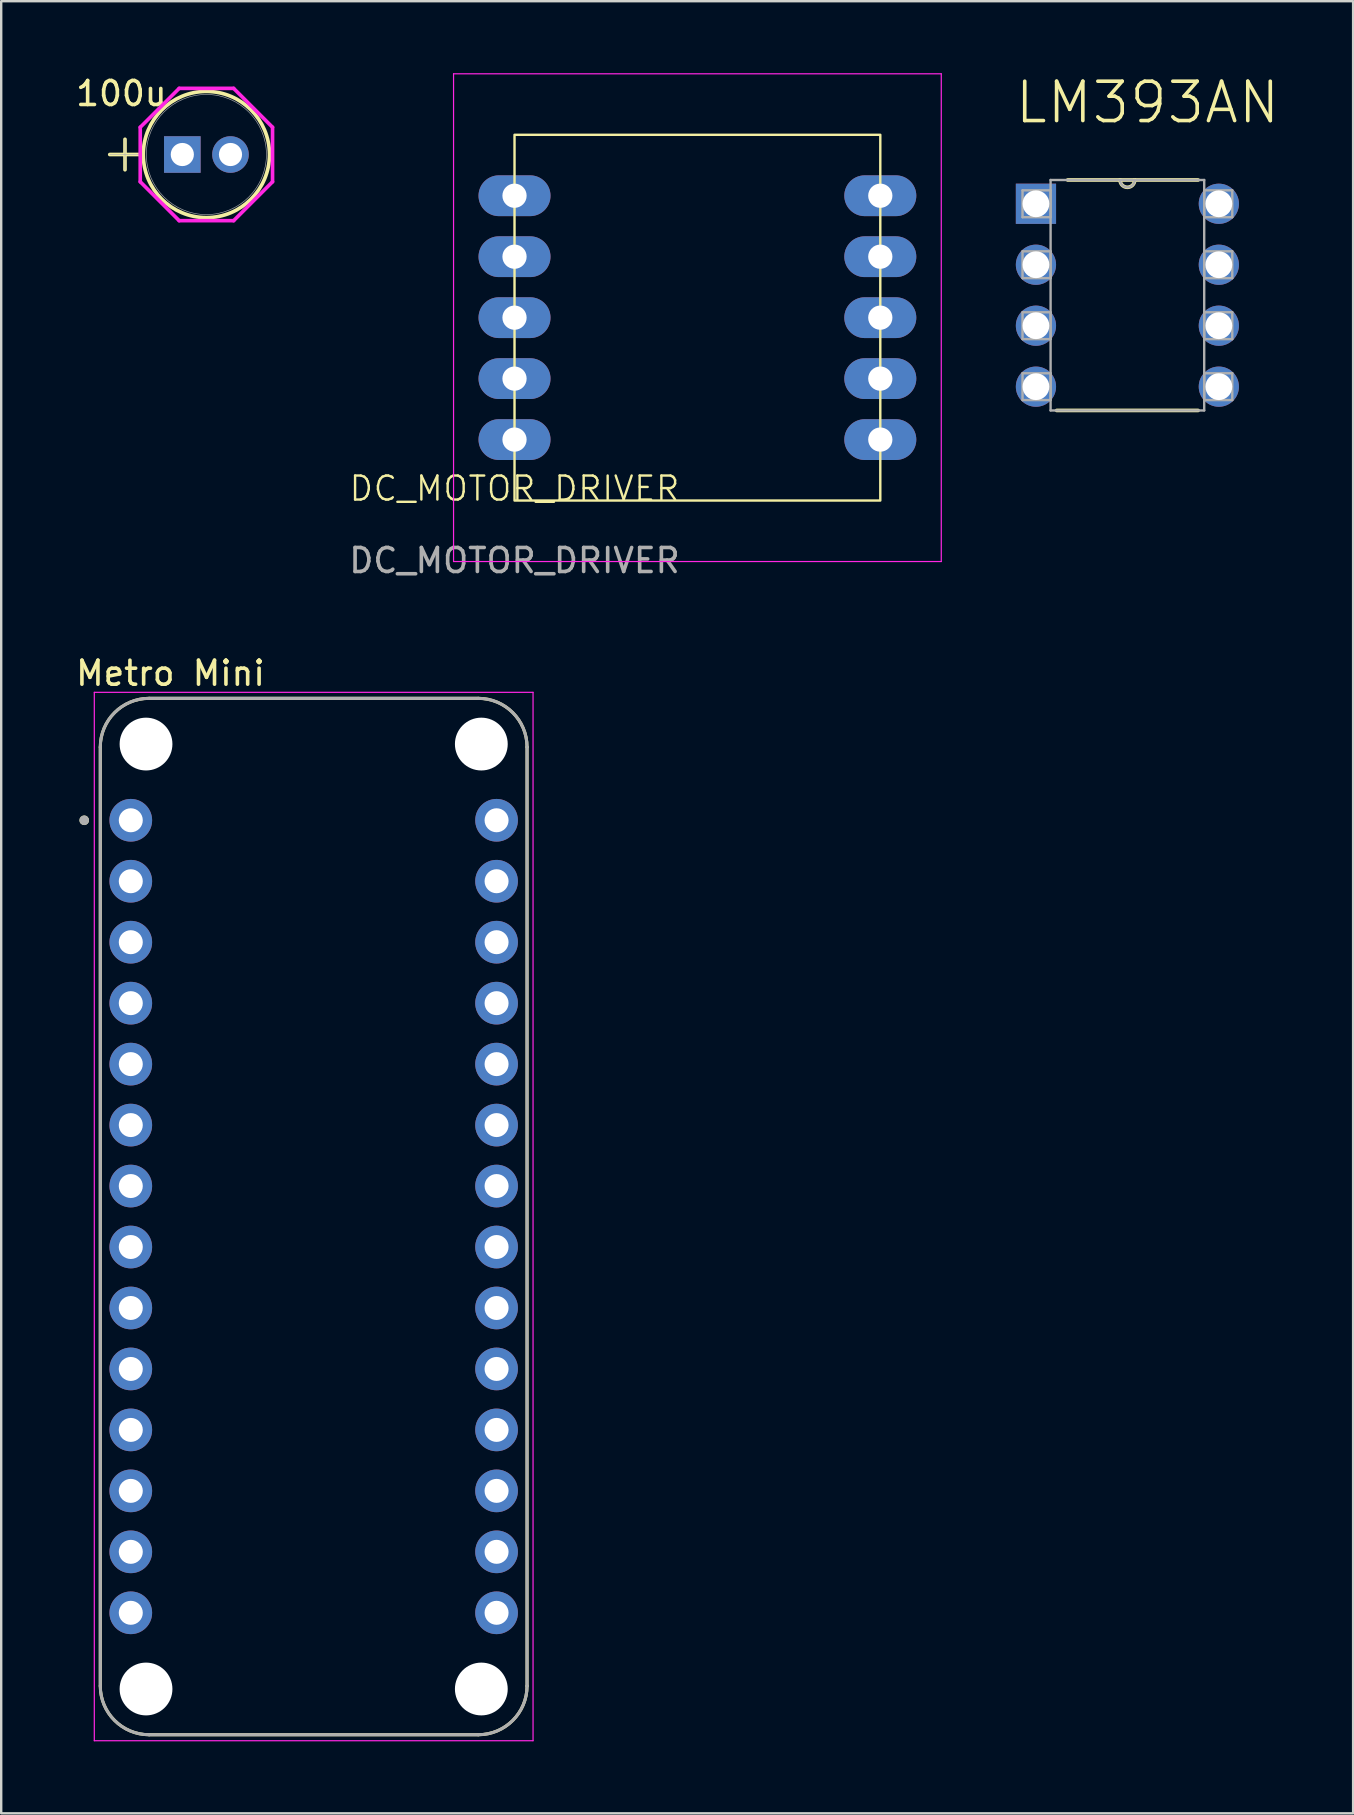
<source format=kicad_pcb>
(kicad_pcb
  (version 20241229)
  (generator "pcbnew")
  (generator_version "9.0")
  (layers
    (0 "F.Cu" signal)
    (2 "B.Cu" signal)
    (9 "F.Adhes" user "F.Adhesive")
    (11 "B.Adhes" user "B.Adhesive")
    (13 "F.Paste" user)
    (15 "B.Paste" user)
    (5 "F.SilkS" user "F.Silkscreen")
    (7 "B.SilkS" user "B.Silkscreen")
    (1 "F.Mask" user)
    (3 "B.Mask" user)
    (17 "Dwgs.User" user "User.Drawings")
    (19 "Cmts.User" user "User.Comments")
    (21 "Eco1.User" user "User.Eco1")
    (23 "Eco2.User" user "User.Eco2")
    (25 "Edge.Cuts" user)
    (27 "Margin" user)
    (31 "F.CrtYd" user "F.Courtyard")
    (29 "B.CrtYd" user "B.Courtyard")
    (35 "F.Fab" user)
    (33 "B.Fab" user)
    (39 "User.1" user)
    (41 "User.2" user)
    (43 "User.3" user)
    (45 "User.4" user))
  (footprint "LM393AN"
    (layer "F.Cu")
    (at 47.732 13.06)
    (property "Reference" "LM393AN" (at -2.972 -11.838 0) (layer "F.SilkS") (effects (font (size 1.64 1.64) (thickness 0.15))))
    (attr through_hole)
    (fp_line (start -6.756 0.991) (end -0.864 0.991) (stroke (width 0.152) (type solid)) (layer "F.SilkS"))
    (fp_line (start -4.115 -8.611) (end -6.299 -8.611) (stroke (width 0.152) (type solid)) (layer "F.SilkS"))
    (fp_line (start -3.505 -8.611) (end -4.115 -8.611) (stroke (width 0.152) (type solid)) (layer "F.SilkS"))
    (fp_line (start -0.864 -8.611) (end -3.505 -8.611) (stroke (width 0.152) (type solid)) (layer "F.SilkS"))
    (fp_arc (start -3.5052 -8.6106) (mid -3.81 -8.3058) (end -4.1148 -8.6106) (stroke (width 0.1524) (type solid)) (layer "F.SilkS"))
    (fp_line (start -8.179 -8.179) (end -8.179 -7.061) (stroke (width 0.1) (type solid)) (layer "F.Fab"))
    (fp_line (start -8.179 -7.061) (end -7.01 -7.061) (stroke (width 0.1) (type solid)) (layer "F.Fab"))
    (fp_line (start -8.179 -5.639) (end -8.179 -4.521) (stroke (width 0.1) (type solid)) (layer "F.Fab"))
    (fp_line (start -8.179 -4.521) (end -7.01 -4.521) (stroke (width 0.1) (type solid)) (layer "F.Fab"))
    (fp_line (start -8.179 -3.099) (end -8.179 -1.981) (stroke (width 0.1) (type solid)) (layer "F.Fab"))
    (fp_line (start -8.179 -1.981) (end -7.01 -1.981) (stroke (width 0.1) (type solid)) (layer "F.Fab"))
    (fp_line (start -8.179 -0.559) (end -8.179 0.559) (stroke (width 0.1) (type solid)) (layer "F.Fab"))
    (fp_line (start -8.179 0.559) (end -7.01 0.559) (stroke (width 0.1) (type solid)) (layer "F.Fab"))
    (fp_line (start -7.01 -8.611) (end -7.01 0.991) (stroke (width 0.1) (type solid)) (layer "F.Fab"))
    (fp_line (start -7.01 -8.179) (end -8.179 -8.179) (stroke (width 0.1) (type solid)) (layer "F.Fab"))
    (fp_line (start -7.01 -7.061) (end -7.01 -8.179) (stroke (width 0.1) (type solid)) (layer "F.Fab"))
    (fp_line (start -7.01 -5.639) (end -8.179 -5.639) (stroke (width 0.1) (type solid)) (layer "F.Fab"))
    (fp_line (start -7.01 -4.521) (end -7.01 -5.639) (stroke (width 0.1) (type solid)) (layer "F.Fab"))
    (fp_line (start -7.01 -3.099) (end -8.179 -3.099) (stroke (width 0.1) (type solid)) (layer "F.Fab"))
    (fp_line (start -7.01 -1.981) (end -7.01 -3.099) (stroke (width 0.1) (type solid)) (layer "F.Fab"))
    (fp_line (start -7.01 -0.559) (end -8.179 -0.559) (stroke (width 0.1) (type solid)) (layer "F.Fab"))
    (fp_line (start -7.01 0.559) (end -7.01 -0.559) (stroke (width 0.1) (type solid)) (layer "F.Fab"))
    (fp_line (start -7.01 0.991) (end -0.61 0.991) (stroke (width 0.1) (type solid)) (layer "F.Fab"))
    (fp_line (start -4.115 -8.611) (end -7.01 -8.611) (stroke (width 0.1) (type solid)) (layer "F.Fab"))
    (fp_line (start -3.505 -8.611) (end -4.115 -8.611) (stroke (width 0.1) (type solid)) (layer "F.Fab"))
    (fp_line (start -0.61 -8.611) (end -3.505 -8.611) (stroke (width 0.1) (type solid)) (layer "F.Fab"))
    (fp_line (start -0.61 -8.179) (end -0.61 -7.061) (stroke (width 0.1) (type solid)) (layer "F.Fab"))
    (fp_line (start -0.61 -7.061) (end 0.559 -7.061) (stroke (width 0.1) (type solid)) (layer "F.Fab"))
    (fp_line (start -0.61 -5.639) (end -0.61 -4.521) (stroke (width 0.1) (type solid)) (layer "F.Fab"))
    (fp_line (start -0.61 -4.521) (end 0.559 -4.521) (stroke (width 0.1) (type solid)) (layer "F.Fab"))
    (fp_line (start -0.61 -3.099) (end -0.61 -1.981) (stroke (width 0.1) (type solid)) (layer "F.Fab"))
    (fp_line (start -0.61 -1.981) (end 0.559 -1.981) (stroke (width 0.1) (type solid)) (layer "F.Fab"))
    (fp_line (start -0.61 -0.559) (end -0.61 0.559) (stroke (width 0.1) (type solid)) (layer "F.Fab"))
    (fp_line (start -0.61 0.559) (end 0.559 0.559) (stroke (width 0.1) (type solid)) (layer "F.Fab"))
    (fp_line (start -0.61 0.991) (end -0.61 -8.611) (stroke (width 0.1) (type solid)) (layer "F.Fab"))
    (fp_line (start 0.559 -8.179) (end -0.61 -8.179) (stroke (width 0.1) (type solid)) (layer "F.Fab"))
    (fp_line (start 0.559 -7.061) (end 0.559 -8.179) (stroke (width 0.1) (type solid)) (layer "F.Fab"))
    (fp_line (start 0.559 -5.639) (end -0.61 -5.639) (stroke (width 0.1) (type solid)) (layer "F.Fab"))
    (fp_line (start 0.559 -4.521) (end 0.559 -5.639) (stroke (width 0.1) (type solid)) (layer "F.Fab"))
    (fp_line (start 0.559 -3.099) (end -0.61 -3.099) (stroke (width 0.1) (type solid)) (layer "F.Fab"))
    (fp_line (start 0.559 -1.981) (end 0.559 -3.099) (stroke (width 0.1) (type solid)) (layer "F.Fab"))
    (fp_line (start 0.559 -0.559) (end -0.61 -0.559) (stroke (width 0.1) (type solid)) (layer "F.Fab"))
    (fp_line (start 0.559 0.559) (end 0.559 -0.559) (stroke (width 0.1) (type solid)) (layer "F.Fab"))
    (fp_arc (start -3.5052 -8.6106) (mid -3.81 -8.3058) (end -4.1148 -8.6106) (stroke (width 0.1) (type solid)) (layer "F.Fab"))
    (pad "1" thru_hole rect (at -7.62 -7.62) (size 1.676 1.676) (drill 1.118) (layers "*.Cu" "*.Mask"))
    (pad "2" thru_hole circle (at -7.62 -5.08) (size 1.676 1.676) (drill 1.118) (layers "*.Cu" "*.Mask"))
    (pad "3" thru_hole circle (at -7.62 -2.54) (size 1.676 1.676) (drill 1.118) (layers "*.Cu" "*.Mask"))
    (pad "4" thru_hole circle (at -7.62 0) (size 1.676 1.676) (drill 1.118) (layers "*.Cu" "*.Mask"))
    (pad "5" thru_hole circle (at 0 0) (size 1.676 1.676) (drill 1.118) (layers "*.Cu" "*.Mask"))
    (pad "6" thru_hole circle (at 0 -2.54) (size 1.676 1.676) (drill 1.118) (layers "*.Cu" "*.Mask"))
    (pad "7" thru_hole circle (at 0 -5.08) (size 1.676 1.676) (drill 1.118) (layers "*.Cu" "*.Mask"))
    (pad "8" thru_hole circle (at 0 -7.62) (size 1.676 1.676) (drill 1.118) (layers "*.Cu" "*.Mask")))
  (footprint "Metro Mini"
    (layer "F.Cu")
    (at 10.019 47.636)
    (property "Reference" "Metro Mini" (at -5.965 -22.635 0) (layer "F.SilkS") (effects (font (size 1 1) (thickness 0.15))))
    (attr through_hole)
    (fp_line (start -8.89 19.558) (end -8.89 -19.558) (stroke (width 0.127) (type solid)) (layer "F.SilkS"))
    (fp_line (start -6.858 -21.59) (end 6.858 -21.59) (stroke (width 0.127) (type solid)) (layer "F.SilkS"))
    (fp_line (start 6.858 21.59) (end -6.858 21.59) (stroke (width 0.127) (type solid)) (layer "F.SilkS"))
    (fp_line (start 8.89 -19.558) (end 8.89 19.558) (stroke (width 0.127) (type solid)) (layer "F.SilkS"))
    (fp_arc (start -8.89 -19.558) (mid -8.294841 -20.994841) (end -6.858 -21.59) (stroke (width 0.127) (type solid)) (layer "F.SilkS"))
    (fp_arc (start -6.858 21.59) (mid -8.294841 20.994841) (end -8.89 19.558) (stroke (width 0.127) (type solid)) (layer "F.SilkS"))
    (fp_arc (start 6.858 -21.59) (mid 8.294841 -20.994841) (end 8.89 -19.558) (stroke (width 0.127) (type solid)) (layer "F.SilkS"))
    (fp_arc (start 8.89 19.558) (mid 8.294841 20.994841) (end 6.858 21.59) (stroke (width 0.127) (type solid)) (layer "F.SilkS"))
    (fp_circle (center -9.56 -16.51) (end -9.46 -16.51) (stroke (width 0.2) (type solid)) (fill no) (layer "F.SilkS"))
    (fp_line (start -9.14 -21.84) (end -9.14 21.84) (stroke (width 0.05) (type solid)) (layer "F.CrtYd"))
    (fp_line (start -9.14 21.84) (end 9.14 21.84) (stroke (width 0.05) (type solid)) (layer "F.CrtYd"))
    (fp_line (start 9.14 -21.84) (end -9.14 -21.84) (stroke (width 0.05) (type solid)) (layer "F.CrtYd"))
    (fp_line (start 9.14 21.84) (end 9.14 -21.84) (stroke (width 0.05) (type solid)) (layer "F.CrtYd"))
    (fp_line (start -8.89 19.558) (end -8.89 -19.558) (stroke (width 0.127) (type solid)) (layer "F.Fab"))
    (fp_line (start -6.858 -21.59) (end 6.858 -21.59) (stroke (width 0.127) (type solid)) (layer "F.Fab"))
    (fp_line (start 6.858 21.59) (end -6.858 21.59) (stroke (width 0.127) (type solid)) (layer "F.Fab"))
    (fp_line (start 8.89 -19.558) (end 8.89 19.558) (stroke (width 0.127) (type solid)) (layer "F.Fab"))
    (fp_arc (start -8.89 -19.558) (mid -8.294841 -20.994841) (end -6.858 -21.59) (stroke (width 0.127) (type solid)) (layer "F.Fab"))
    (fp_arc (start -6.858 21.59) (mid -8.294841 20.994841) (end -8.89 19.558) (stroke (width 0.127) (type solid)) (layer "F.Fab"))
    (fp_arc (start 6.858 -21.59) (mid 8.294841 -20.994841) (end 8.89 -19.558) (stroke (width 0.127) (type solid)) (layer "F.Fab"))
    (fp_arc (start 8.89 19.558) (mid 8.294841 20.994841) (end 6.858 21.59) (stroke (width 0.127) (type solid)) (layer "F.Fab"))
    (fp_circle (center -9.56 -16.51) (end -9.46 -16.51) (stroke (width 0.2) (type solid)) (fill no) (layer "F.Fab"))
    (pad "" np_thru_hole circle (at -6.985 -19.685) (size 2.2 2.2) (drill 2.2) (layers "*.Cu" "*.Mask"))
    (pad "" np_thru_hole circle (at -6.985 19.685) (size 2.2 2.2) (drill 2.2) (layers "*.Cu" "*.Mask"))
    (pad "" np_thru_hole circle (at 6.985 -19.685) (size 2.2 2.2) (drill 2.2) (layers "*.Cu" "*.Mask"))
    (pad "" np_thru_hole circle (at 6.985 19.685) (size 2.2 2.2) (drill 2.2) (layers "*.Cu" "*.Mask"))
    (pad "1" thru_hole circle (at -7.62 -16.51) (size 1.778 1.778) (drill 1) (layers "*.Cu" "*.Mask"))
    (pad "2" thru_hole circle (at -7.62 -13.97) (size 1.778 1.778) (drill 1) (layers "*.Cu" "*.Mask"))
    (pad "3" thru_hole circle (at -7.62 -11.43) (size 1.778 1.778) (drill 1) (layers "*.Cu" "*.Mask"))
    (pad "4" thru_hole circle (at -7.62 -8.89) (size 1.778 1.778) (drill 1) (layers "*.Cu" "*.Mask"))
    (pad "5" thru_hole circle (at -7.62 -6.35) (size 1.778 1.778) (drill 1) (layers "*.Cu" "*.Mask"))
    (pad "6" thru_hole circle (at -7.62 -3.81) (size 1.778 1.778) (drill 1) (layers "*.Cu" "*.Mask"))
    (pad "7" thru_hole circle (at -7.62 -1.27) (size 1.778 1.778) (drill 1) (layers "*.Cu" "*.Mask"))
    (pad "8" thru_hole circle (at -7.62 1.27) (size 1.778 1.778) (drill 1) (layers "*.Cu" "*.Mask"))
    (pad "9" thru_hole circle (at -7.62 3.81) (size 1.778 1.778) (drill 1) (layers "*.Cu" "*.Mask"))
    (pad "10" thru_hole circle (at -7.62 6.35) (size 1.778 1.778) (drill 1) (layers "*.Cu" "*.Mask"))
    (pad "11" thru_hole circle (at -7.62 8.89) (size 1.778 1.778) (drill 1) (layers "*.Cu" "*.Mask"))
    (pad "12" thru_hole circle (at -7.62 11.43) (size 1.778 1.778) (drill 1) (layers "*.Cu" "*.Mask"))
    (pad "13" thru_hole circle (at -7.62 13.97) (size 1.778 1.778) (drill 1) (layers "*.Cu" "*.Mask"))
    (pad "14" thru_hole circle (at -7.62 16.51) (size 1.778 1.778) (drill 1) (layers "*.Cu" "*.Mask"))
    (pad "15" thru_hole circle (at 7.62 16.51) (size 1.778 1.778) (drill 1) (layers "*.Cu" "*.Mask"))
    (pad "16" thru_hole circle (at 7.62 13.97) (size 1.778 1.778) (drill 1) (layers "*.Cu" "*.Mask"))
    (pad "17" thru_hole circle (at 7.62 11.43) (size 1.778 1.778) (drill 1) (layers "*.Cu" "*.Mask"))
    (pad "18" thru_hole circle (at 7.62 8.89) (size 1.778 1.778) (drill 1) (layers "*.Cu" "*.Mask"))
    (pad "19" thru_hole circle (at 7.62 6.35) (size 1.778 1.778) (drill 1) (layers "*.Cu" "*.Mask"))
    (pad "20" thru_hole circle (at 7.62 3.81) (size 1.778 1.778) (drill 1) (layers "*.Cu" "*.Mask"))
    (pad "21" thru_hole circle (at 7.62 1.27) (size 1.778 1.778) (drill 1) (layers "*.Cu" "*.Mask"))
    (pad "22" thru_hole circle (at 7.62 -1.27) (size 1.778 1.778) (drill 1) (layers "*.Cu" "*.Mask"))
    (pad "23" thru_hole circle (at 7.62 -3.81) (size 1.778 1.778) (drill 1) (layers "*.Cu" "*.Mask"))
    (pad "24" thru_hole circle (at 7.62 -6.35) (size 1.778 1.778) (drill 1) (layers "*.Cu" "*.Mask"))
    (pad "25" thru_hole circle (at 7.62 -8.89) (size 1.778 1.778) (drill 1) (layers "*.Cu" "*.Mask"))
    (pad "26" thru_hole circle (at 7.62 -11.43) (size 1.778 1.778) (drill 1) (layers "*.Cu" "*.Mask"))
    (pad "27" thru_hole circle (at 7.62 -13.97) (size 1.778 1.778) (drill 1) (layers "*.Cu" "*.Mask"))
    (pad "28" thru_hole circle (at 7.62 -16.51) (size 1.778 1.778) (drill 1) (layers "*.Cu" "*.Mask")))
  (footprint "100u"
    (layer "F.Cu")
    (at 4.546 3.388)
    (property "Reference" "100u" (at -2.54 -2.54 0) (unlocked yes) (layer "F.SilkS") (effects (font (size 1 1) (thickness 0.15))))
    (attr through_hole)
    (fp_line (start -3.023 0) (end -1.753 0) (stroke (width 0.152) (type solid)) (layer "F.SilkS"))
    (fp_line (start -2.388 -0.635) (end -2.388 0.635) (stroke (width 0.152) (type solid)) (layer "F.SilkS"))
    (fp_circle (center 1.003 0) (end 3.632 0) (stroke (width 0.152) (type solid)) (fill no) (layer "F.SilkS"))
    (fp_line (start -1.753 -1.135) (end -0.131 -2.756) (stroke (width 0.152) (type solid)) (layer "F.CrtYd"))
    (fp_line (start -1.753 1.135) (end -1.753 -1.135) (stroke (width 0.152) (type solid)) (layer "F.CrtYd"))
    (fp_line (start -0.131 -2.756) (end 2.138 -2.756) (stroke (width 0.152) (type solid)) (layer "F.CrtYd"))
    (fp_line (start -0.131 2.756) (end -1.753 1.135) (stroke (width 0.152) (type solid)) (layer "F.CrtYd"))
    (fp_line (start 2.138 -2.756) (end 3.759 -1.135) (stroke (width 0.152) (type solid)) (layer "F.CrtYd"))
    (fp_line (start 2.138 2.756) (end -0.131 2.756) (stroke (width 0.152) (type solid)) (layer "F.CrtYd"))
    (fp_line (start 3.759 -1.135) (end 3.759 1.135) (stroke (width 0.152) (type solid)) (layer "F.CrtYd"))
    (fp_line (start 3.759 1.135) (end 2.138 2.756) (stroke (width 0.152) (type solid)) (layer "F.CrtYd"))
    (fp_line (start -3.023 0) (end -1.753 0) (stroke (width 0.025) (type solid)) (layer "F.Fab"))
    (fp_line (start -2.388 -0.635) (end -2.388 0.635) (stroke (width 0.025) (type solid)) (layer "F.Fab"))
    (fp_circle (center 1.003 0) (end 3.505 0) (stroke (width 0.025) (type solid)) (fill no) (layer "F.Fab"))
    (pad "1" thru_hole rect (at 0 0) (size 1.524 1.524) (drill 0.965) (layers "*.Cu" "*.Mask"))
    (pad "2" thru_hole circle (at 2.007 0) (size 1.524 1.524) (drill 0.965) (layers "*.Cu" "*.Mask")))
  (footprint "DC_MOTOR_DRIVER"
    (layer "F.Cu")
    (at 18.387 17.805)
    (property "Reference" "DC_MOTOR_DRIVER" (at 0 -0.5 0) (unlocked yes) (layer "F.SilkS") (effects (font (size 1 1) (thickness 0.1))))
    (attr through_hole)
    (fp_rect (start 0 -15.24) (end 15.24 0) (stroke (width 0.1) (type default)) (fill no) (layer "F.SilkS"))
    (fp_line (start -2.54 -17.78) (end 17.78 -17.78) (stroke (width 0.05) (type default)) (layer "F.CrtYd"))
    (fp_line (start -2.54 2.54) (end -2.54 -17.78) (stroke (width 0.05) (type default)) (layer "F.CrtYd"))
    (fp_line (start 17.78 -17.78) (end 17.78 2.54) (stroke (width 0.05) (type default)) (layer "F.CrtYd"))
    (fp_line (start 17.78 2.54) (end -2.54 2.54) (stroke (width 0.05) (type default)) (layer "F.CrtYd"))
    (fp_text user "${REFERENCE}" (at 0 2.5 0) (unlocked yes) (layer "F.Fab") (effects (font (size 1 1) (thickness 0.15))))
    (pad "1" thru_hole oval (at 15.24 -12.7) (size 3 1.7) (drill 1.01) (layers "*.Cu" "*.Mask"))
    (pad "2" thru_hole oval (at 15.24 -10.16) (size 3 1.7) (drill 1.01) (layers "*.Cu" "*.Mask"))
    (pad "3" thru_hole oval (at 15.24 -7.62) (size 3 1.7) (drill 1.01) (layers "*.Cu" "*.Mask"))
    (pad "4" thru_hole oval (at 15.24 -5.08) (size 3 1.7) (drill 1.01) (layers "*.Cu" "*.Mask"))
    (pad "5" thru_hole oval (at 15.24 -2.54) (size 3 1.7) (drill 1.01) (layers "*.Cu" "*.Mask"))
    (pad "6" thru_hole oval (at 0 -2.54) (size 3 1.7) (drill 1.01) (layers "*.Cu" "*.Mask"))
    (pad "7" thru_hole oval (at 0 -5.08) (size 3 1.7) (drill 1.01) (layers "*.Cu" "*.Mask"))
    (pad "8" thru_hole oval (at 0 -7.62) (size 3 1.7) (drill 1.01) (layers "*.Cu" "*.Mask"))
    (pad "9" thru_hole oval (at 0 -10.16) (size 3 1.7) (drill 1.01) (layers "*.Cu" "*.Mask"))
    (pad "10" thru_hole oval (at 0 -12.7) (size 3 1.7) (drill 1.01) (layers "*.Cu" "*.Mask")))
  (gr_rect
    (start -3 -3)
    (end 53.327 72.501)
    (stroke (width 0.1) (type default))
    (fill no)
    (layer "Edge.Cuts")))
</source>
